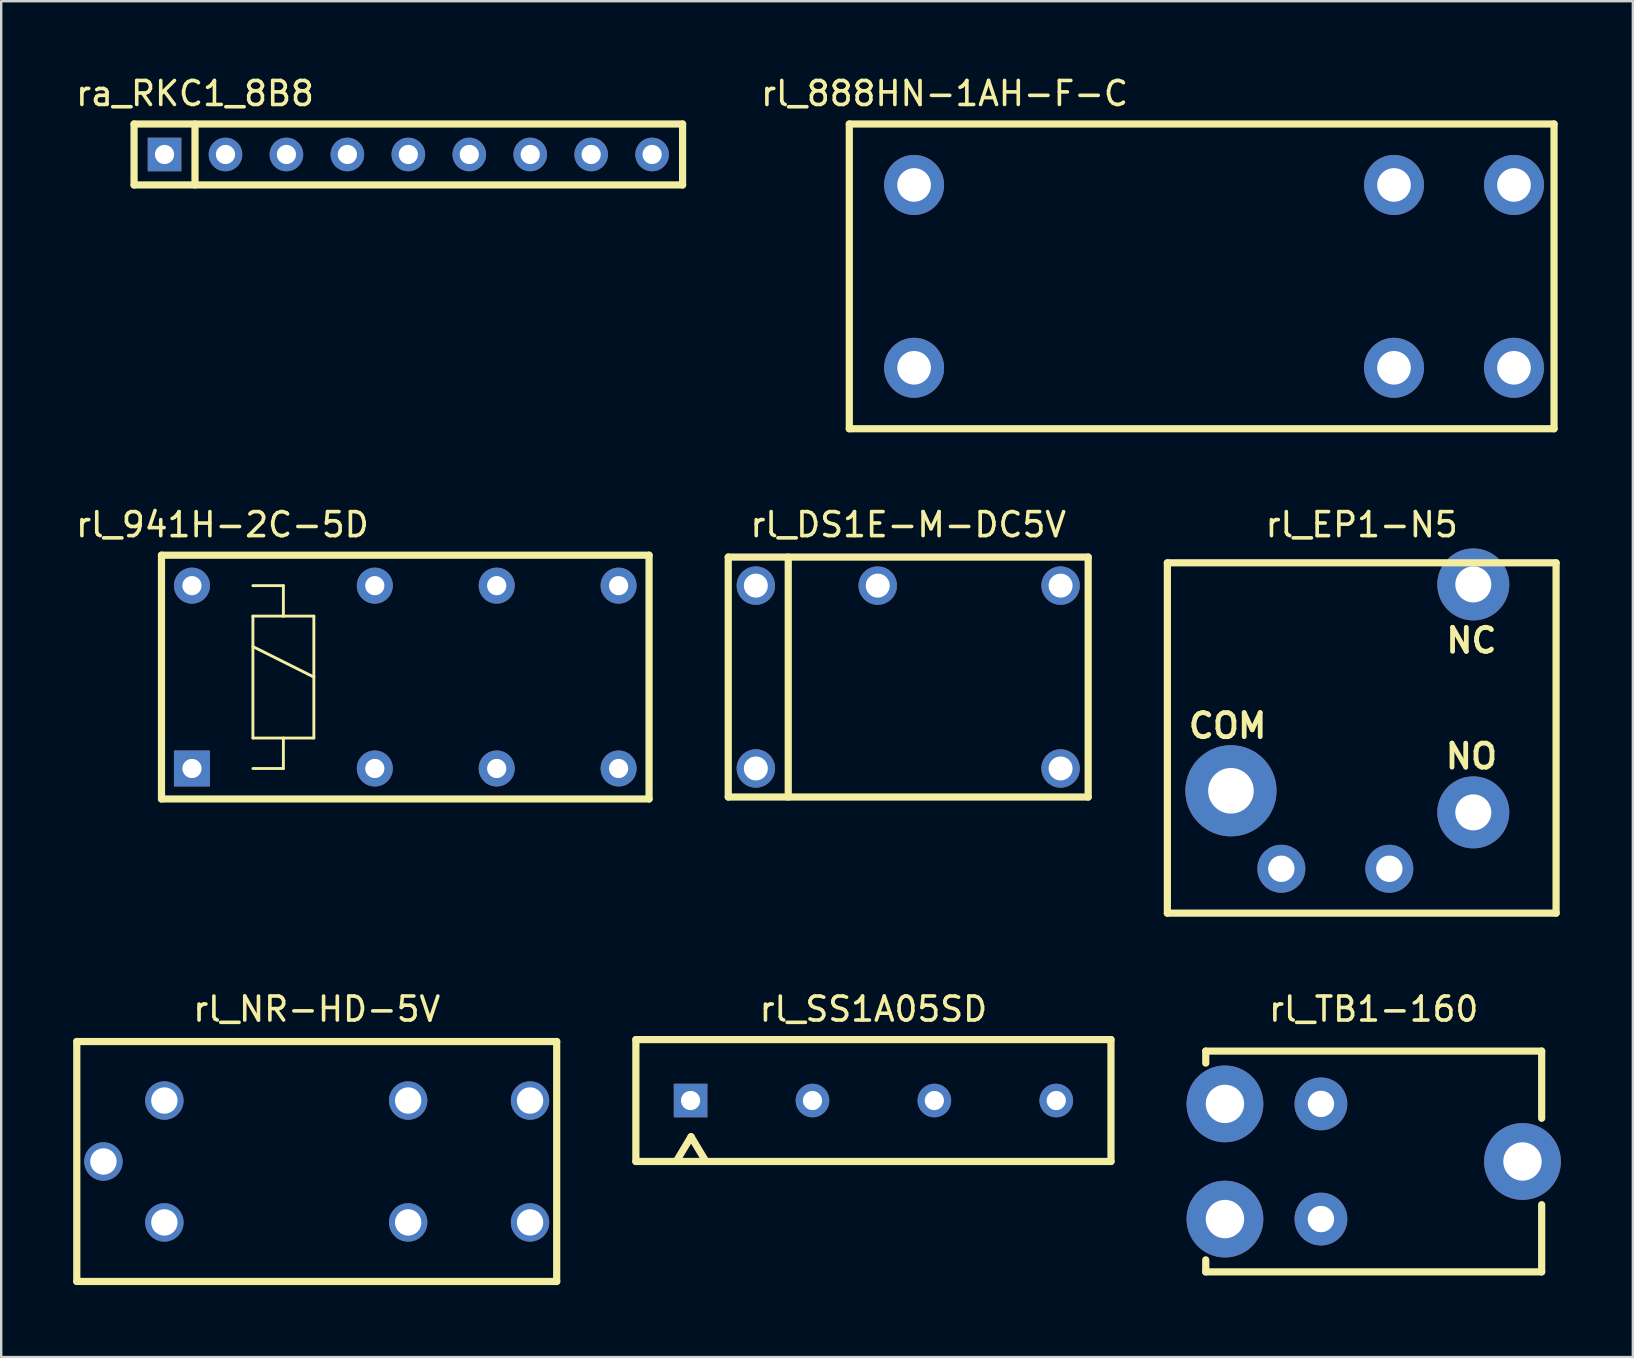
<source format=kicad_pcb>
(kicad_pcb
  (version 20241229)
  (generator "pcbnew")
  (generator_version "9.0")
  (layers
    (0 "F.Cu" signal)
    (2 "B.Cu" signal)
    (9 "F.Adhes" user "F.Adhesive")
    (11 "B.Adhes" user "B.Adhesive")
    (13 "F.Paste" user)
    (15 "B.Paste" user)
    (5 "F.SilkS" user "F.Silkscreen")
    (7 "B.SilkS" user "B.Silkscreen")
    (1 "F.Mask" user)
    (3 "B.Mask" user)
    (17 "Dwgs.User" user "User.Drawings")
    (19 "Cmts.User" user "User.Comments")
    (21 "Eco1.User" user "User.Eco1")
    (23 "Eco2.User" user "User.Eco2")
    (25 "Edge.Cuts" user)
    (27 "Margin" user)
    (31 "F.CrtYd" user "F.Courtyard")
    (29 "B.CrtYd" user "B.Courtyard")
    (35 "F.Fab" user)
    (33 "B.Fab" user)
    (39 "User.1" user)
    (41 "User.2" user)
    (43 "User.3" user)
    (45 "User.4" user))
  (footprint "rl_NR-HD-5V"
    (layer "F.Cu")
    (at 10.15 45.355)
    (property "Reference" "rl_NR-HD-5V" (at 0 -6.35 0) (layer "F.SilkS") (effects (font (size 1 1) (thickness 0.15))))
    (attr through_hole)
    (fp_line (start -10 -5) (end -10 5) (stroke (width 0.3) (type solid)) (layer "F.SilkS"))
    (fp_line (start -10 5) (end 10 5) (stroke (width 0.3) (type solid)) (layer "F.SilkS"))
    (fp_line (start 10 -5) (end -10 -5) (stroke (width 0.3) (type solid)) (layer "F.SilkS"))
    (fp_line (start 10 5) (end 10 -5) (stroke (width 0.3) (type solid)) (layer "F.SilkS"))
    (pad "1" thru_hole circle (at 8.89 -2.54) (size 1.6 1.6) (drill 1.1) (layers "*.Cu" "*.Mask"))
    (pad "2" thru_hole circle (at 3.81 -2.54) (size 1.6 1.6) (drill 1.1) (layers "*.Cu" "*.Mask"))
    (pad "3" thru_hole circle (at -6.35 -2.54) (size 1.6 1.6) (drill 1.1) (layers "*.Cu" "*.Mask"))
    (pad "4" thru_hole circle (at -8.89 0) (size 1.6 1.6) (drill 1.1) (layers "*.Cu" "*.Mask"))
    (pad "5" thru_hole circle (at -6.35 2.54) (size 1.6 1.6) (drill 1.1) (layers "*.Cu" "*.Mask"))
    (pad "6" thru_hole circle (at 3.81 2.54) (size 1.6 1.6) (drill 1.1) (layers "*.Cu" "*.Mask"))
    (pad "7" thru_hole circle (at 8.89 2.54) (size 1.6 1.6) (drill 1.1) (layers "*.Cu" "*.Mask")))
  (footprint "rl_SS1A05SD"
    (layer "F.Cu")
    (at 33.35 42.815)
    (property "Reference" "rl_SS1A05SD" (at 0 -3.81 0) (layer "F.SilkS") (effects (font (size 1 1) (thickness 0.15))))
    (attr through_hole)
    (fp_line (start -9.9 -2.54) (end -9.9 2.54) (stroke (width 0.3) (type solid)) (layer "F.SilkS"))
    (fp_line (start -9.9 2.54) (end 9.9 2.54) (stroke (width 0.3) (type solid)) (layer "F.SilkS"))
    (fp_line (start -8.2 2.508) (end -7.6 1.508) (stroke (width 0.3) (type solid)) (layer "F.SilkS"))
    (fp_line (start -7.6 1.508) (end -7 2.508) (stroke (width 0.3) (type solid)) (layer "F.SilkS"))
    (fp_line (start 9.9 -2.54) (end -9.9 -2.54) (stroke (width 0.3) (type solid)) (layer "F.SilkS"))
    (fp_line (start 9.9 2.54) (end 9.9 -2.54) (stroke (width 0.3) (type solid)) (layer "F.SilkS"))
    (pad "1" thru_hole rect (at -7.62 0) (size 1.4 1.4) (drill 0.8) (layers "*.Cu" "*.Mask"))
    (pad "3" thru_hole circle (at -2.54 0) (size 1.4 1.4) (drill 0.8) (layers "*.Cu" "*.Mask"))
    (pad "5" thru_hole circle (at 2.54 0) (size 1.4 1.4) (drill 0.8) (layers "*.Cu" "*.Mask"))
    (pad "7" thru_hole circle (at 7.62 0) (size 1.4 1.4) (drill 0.8) (layers "*.Cu" "*.Mask")))
  (footprint "rl_EP1-N5"
    (layer "F.Cu")
    (at 53.7 27.706)
    (property "Reference" "rl_EP1-N5" (at 0 -8.89 0) (layer "F.SilkS") (effects (font (size 1 1) (thickness 0.15))))
    (attr through_hole)
    (fp_line (start -8.1 -7.3) (end -8.1 7.3) (stroke (width 0.3) (type solid)) (layer "F.SilkS"))
    (fp_line (start -8.1 7.3) (end 8.1 7.3) (stroke (width 0.3) (type solid)) (layer "F.SilkS"))
    (fp_line (start 8.1 -7.3) (end -8.1 -7.3) (stroke (width 0.3) (type solid)) (layer "F.SilkS"))
    (fp_line (start 8.1 -7.3) (end 8.1 7.3) (stroke (width 0.3) (type solid)) (layer "F.SilkS"))
    (fp_text user "NC" (at 4.572 -4.064 0) (layer "F.SilkS") (effects (font (size 1 1) (thickness 0.2))))
    (fp_text user "COM" (at -5.588 -0.508 0) (layer "F.SilkS") (effects (font (size 1 1) (thickness 0.2))))
    (fp_text user "NO" (at 4.572 0.762 0) (layer "F.SilkS") (effects (font (size 1 1) (thickness 0.2))))
    (pad "1" thru_hole circle (at -5.45 2.2) (size 3.8 3.8) (drill 1.9) (layers "*.Cu" "*.Mask"))
    (pad "2" thru_hole circle (at -3.35 5.45) (size 2 2) (drill 1.1) (layers "*.Cu" "*.Mask"))
    (pad "3" thru_hole circle (at 1.15 5.45) (size 2 2) (drill 1.1) (layers "*.Cu" "*.Mask"))
    (pad "4" thru_hole circle (at 4.65 3.1) (size 3 3) (drill 1.5) (layers "*.Cu" "*.Mask"))
    (pad "5" thru_hole circle (at 4.65 -6.4) (size 3 3) (drill 1.5) (layers "*.Cu" "*.Mask")))
  (footprint "rl_888HN-1AH-F-C"
    (layer "F.Cu")
    (at 35.045 12.278)
    (property "Reference" "rl_888HN-1AH-F-C" (at 1.27 -11.43 0) (layer "F.SilkS") (effects (font (size 1 1) (thickness 0.15))))
    (attr through_hole)
    (fp_line (start -2.7 -10.16) (end -2.7 2.54) (stroke (width 0.3) (type solid)) (layer "F.SilkS"))
    (fp_line (start -2.7 2.54) (end 26.67 2.54) (stroke (width 0.3) (type solid)) (layer "F.SilkS"))
    (fp_line (start 26.67 -10.16) (end -2.7 -10.16) (stroke (width 0.3) (type solid)) (layer "F.SilkS"))
    (fp_line (start 26.67 2.54) (end 26.67 -10.16) (stroke (width 0.3) (type solid)) (layer "F.SilkS"))
    (pad "1" thru_hole circle (at 0 0) (size 2.5 2.5) (drill 1.4) (layers "*.Cu" "*.Mask"))
    (pad "2" thru_hole circle (at 20 0) (size 2.5 2.5) (drill 1.4) (layers "*.Cu" "*.Mask"))
    (pad "3" thru_hole circle (at 25 0) (size 2.5 2.5) (drill 1.4) (layers "*.Cu" "*.Mask"))
    (pad "4" thru_hole circle (at 25 -7.62) (size 2.5 2.5) (drill 1.4) (layers "*.Cu" "*.Mask"))
    (pad "5" thru_hole circle (at 20 -7.62) (size 2.5 2.5) (drill 1.4) (layers "*.Cu" "*.Mask"))
    (pad "6" thru_hole circle (at 0 -7.62) (size 2.5 2.5) (drill 1.4) (layers "*.Cu" "*.Mask")))
  (footprint "ra_RKC1_8B8"
    (layer "F.Cu")
    (at 3.807 3.388)
    (property "Reference" "ra_RKC1_8B8" (at 1.27 -2.54 0) (layer "F.SilkS") (effects (font (size 1 1) (thickness 0.15))))
    (attr through_hole)
    (fp_line (start -1.27 -1.27) (end -1.27 1.27) (stroke (width 0.3) (type solid)) (layer "F.SilkS"))
    (fp_line (start -1.27 1.27) (end 21.59 1.27) (stroke (width 0.3) (type solid)) (layer "F.SilkS"))
    (fp_line (start 1.27 -1.27) (end 1.27 1.27) (stroke (width 0.3) (type solid)) (layer "F.SilkS"))
    (fp_line (start 21.59 -1.27) (end -1.27 -1.27) (stroke (width 0.3) (type solid)) (layer "F.SilkS"))
    (fp_line (start 21.59 1.27) (end 21.59 -1.27) (stroke (width 0.3) (type solid)) (layer "F.SilkS"))
    (pad "1" thru_hole rect (at 0 0) (size 1.4 1.4) (drill 0.8) (layers "*.Cu" "*.Mask"))
    (pad "2" thru_hole circle (at 2.54 0) (size 1.4 1.4) (drill 0.8) (layers "*.Cu" "*.Mask"))
    (pad "3" thru_hole circle (at 5.08 0) (size 1.4 1.4) (drill 0.8) (layers "*.Cu" "*.Mask"))
    (pad "4" thru_hole circle (at 7.62 0) (size 1.4 1.4) (drill 0.8) (layers "*.Cu" "*.Mask"))
    (pad "5" thru_hole circle (at 10.16 0) (size 1.4 1.4) (drill 0.8) (layers "*.Cu" "*.Mask"))
    (pad "6" thru_hole circle (at 12.7 0) (size 1.4 1.4) (drill 0.8) (layers "*.Cu" "*.Mask"))
    (pad "7" thru_hole circle (at 15.24 0) (size 1.4 1.4) (drill 0.8) (layers "*.Cu" "*.Mask"))
    (pad "8" thru_hole circle (at 17.78 0) (size 1.4 1.4) (drill 0.8) (layers "*.Cu" "*.Mask"))
    (pad "9" thru_hole circle (at 20.32 0) (size 1.4 1.4) (drill 0.8) (layers "*.Cu" "*.Mask")))
  (footprint "rl_TB1-160"
    (layer "F.Cu")
    (at 54.2 45.355)
    (property "Reference" "rl_TB1-160" (at 0 -6.35 0) (layer "F.SilkS") (effects (font (size 1 1) (thickness 0.15))))
    (attr through_hole)
    (fp_line (start -7 -4.6) (end -7 -4.1) (stroke (width 0.3) (type solid)) (layer "F.SilkS"))
    (fp_line (start -7 4.6) (end -7 4.1) (stroke (width 0.3) (type solid)) (layer "F.SilkS"))
    (fp_line (start -7 4.6) (end 7 4.6) (stroke (width 0.3) (type solid)) (layer "F.SilkS"))
    (fp_line (start 7 -4.6) (end -7 -4.6) (stroke (width 0.3) (type solid)) (layer "F.SilkS"))
    (fp_line (start 7 -4.6) (end 7 -1.8) (stroke (width 0.3) (type solid)) (layer "F.SilkS"))
    (fp_line (start 7 4.6) (end 7 1.8) (stroke (width 0.3) (type solid)) (layer "F.SilkS"))
    (pad "1" thru_hole circle (at -6.2 2.4) (size 3.2 3.2) (drill 1.6) (layers "*.Cu" "*.Mask"))
    (pad "2" thru_hole circle (at -2.2 2.4) (size 2.2 2.2) (drill 1.1) (layers "*.Cu" "*.Mask"))
    (pad "3" thru_hole circle (at 6.2 0) (size 3.2 3.2) (drill 1.6) (layers "*.Cu" "*.Mask"))
    (pad "4" thru_hole circle (at -2.2 -2.4) (size 2.2 2.2) (drill 1.1) (layers "*.Cu" "*.Mask"))
    (pad "5" thru_hole circle (at -6.2 -2.4) (size 3.2 3.2) (drill 1.6) (layers "*.Cu" "*.Mask")))
  (footprint "rl_941H-2C-5D"
    (layer "F.Cu")
    (at 4.95 28.977)
    (property "Reference" "rl_941H-2C-5D" (at 1.27 -10.16 0) (layer "F.SilkS") (effects (font (size 1 1) (thickness 0.15))))
    (attr through_hole)
    (fp_line (start -1.27 -8.89) (end 19.05 -8.89) (stroke (width 0.3) (type solid)) (layer "F.SilkS"))
    (fp_line (start -1.27 1.27) (end -1.27 -8.89) (stroke (width 0.3) (type solid)) (layer "F.SilkS"))
    (fp_line (start 2.54 -7.62) (end 3.81 -7.62) (stroke (width 0.12) (type solid)) (layer "F.SilkS"))
    (fp_line (start 2.54 -6.35) (end 3.81 -6.35) (stroke (width 0.12) (type solid)) (layer "F.SilkS"))
    (fp_line (start 2.54 -5.08) (end 5.08 -3.81) (stroke (width 0.12) (type solid)) (layer "F.SilkS"))
    (fp_line (start 2.54 -1.27) (end 2.54 -6.35) (stroke (width 0.12) (type solid)) (layer "F.SilkS"))
    (fp_line (start 3.81 -7.62) (end 3.81 -6.35) (stroke (width 0.12) (type solid)) (layer "F.SilkS"))
    (fp_line (start 3.81 -6.35) (end 5.08 -6.35) (stroke (width 0.12) (type solid)) (layer "F.SilkS"))
    (fp_line (start 3.81 -1.27) (end 3.81 0) (stroke (width 0.12) (type solid)) (layer "F.SilkS"))
    (fp_line (start 3.81 0) (end 2.54 0) (stroke (width 0.12) (type solid)) (layer "F.SilkS"))
    (fp_line (start 5.08 -6.35) (end 5.08 -1.27) (stroke (width 0.12) (type solid)) (layer "F.SilkS"))
    (fp_line (start 5.08 -1.27) (end 2.54 -1.27) (stroke (width 0.12) (type solid)) (layer "F.SilkS"))
    (fp_line (start 19.05 -8.89) (end 19.05 1.27) (stroke (width 0.3) (type solid)) (layer "F.SilkS"))
    (fp_line (start 19.05 1.27) (end -1.27 1.27) (stroke (width 0.3) (type solid)) (layer "F.SilkS"))
    (pad "1" thru_hole rect (at 0 0) (size 1.5 1.5) (drill 0.8) (layers "*.Cu" "*.Mask"))
    (pad "4" thru_hole circle (at 7.62 0) (size 1.5 1.5) (drill 0.8) (layers "*.Cu" "*.Mask"))
    (pad "6" thru_hole circle (at 12.7 0) (size 1.5 1.5) (drill 0.8) (layers "*.Cu" "*.Mask"))
    (pad "8" thru_hole circle (at 17.78 0) (size 1.5 1.5) (drill 0.8) (layers "*.Cu" "*.Mask"))
    (pad "9" thru_hole circle (at 17.78 -7.62) (size 1.5 1.5) (drill 0.8) (layers "*.Cu" "*.Mask"))
    (pad "11" thru_hole circle (at 12.7 -7.62) (size 1.5 1.5) (drill 0.8) (layers "*.Cu" "*.Mask"))
    (pad "13" thru_hole circle (at 7.62 -7.62) (size 1.5 1.5) (drill 0.8) (layers "*.Cu" "*.Mask"))
    (pad "16" thru_hole circle (at 0 -7.62) (size 1.5 1.5) (drill 0.8) (layers "*.Cu" "*.Mask")))
  (footprint "rl_DS1E-M-DC5V"
    (layer "F.Cu")
    (at 34.8 25.166)
    (property "Reference" "rl_DS1E-M-DC5V" (at 0 -6.35 0) (layer "F.SilkS") (effects (font (size 1 1) (thickness 0.15))))
    (attr through_hole)
    (fp_line (start -7.5 -5) (end -7.5 5) (stroke (width 0.3) (type solid)) (layer "F.SilkS"))
    (fp_line (start -7.5 -5) (end 7.5 -5) (stroke (width 0.3) (type solid)) (layer "F.SilkS"))
    (fp_line (start -7.5 5) (end 7.5 5) (stroke (width 0.3) (type solid)) (layer "F.SilkS"))
    (fp_line (start -5 -5) (end -5 5) (stroke (width 0.3) (type solid)) (layer "F.SilkS"))
    (fp_line (start 7.5 -5) (end 7.5 5) (stroke (width 0.3) (type solid)) (layer "F.SilkS"))
    (pad "1" thru_hole circle (at -6.35 3.81) (size 1.6 1.6) (drill 1) (layers "*.Cu" "*.Mask"))
    (pad "6" thru_hole circle (at 6.35 3.81) (size 1.6 1.6) (drill 1) (layers "*.Cu" "*.Mask"))
    (pad "7" thru_hole circle (at 6.35 -3.81) (size 1.6 1.6) (drill 1) (layers "*.Cu" "*.Mask"))
    (pad "10" thru_hole circle (at -1.27 -3.81) (size 1.6 1.6) (drill 1) (layers "*.Cu" "*.Mask"))
    (pad "12" thru_hole circle (at -6.35 -3.81) (size 1.6 1.6) (drill 1) (layers "*.Cu" "*.Mask")))
  (gr_rect
    (start -3 -3)
    (end 65 53.505)
    (stroke (width 0.1) (type default))
    (fill no)
    (layer "Edge.Cuts")))
</source>
